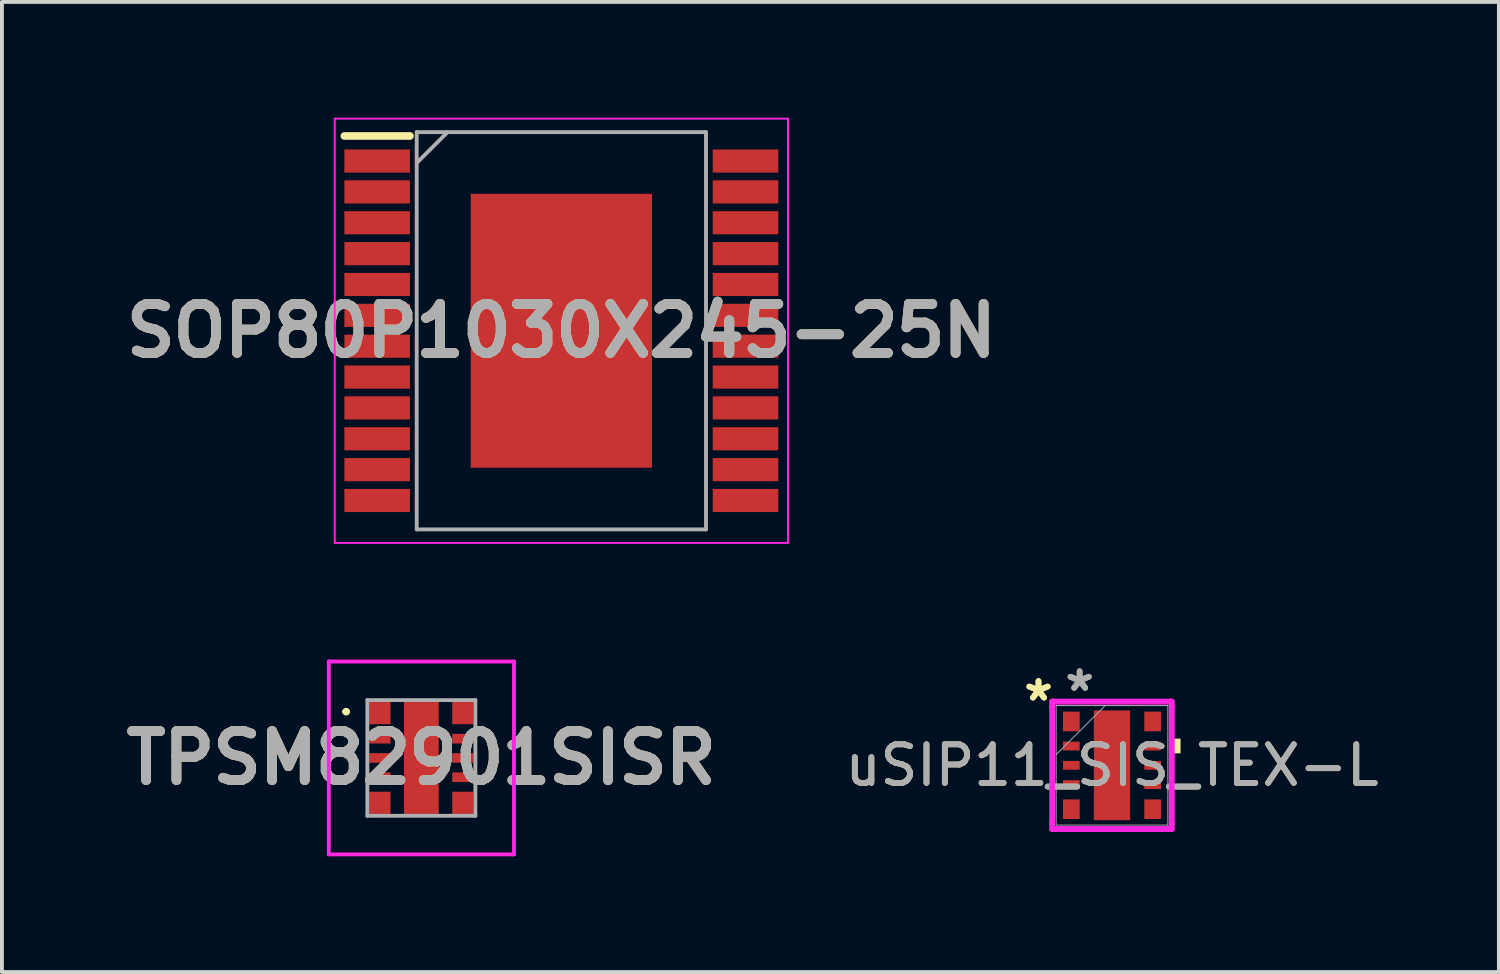
<source format=kicad_pcb>
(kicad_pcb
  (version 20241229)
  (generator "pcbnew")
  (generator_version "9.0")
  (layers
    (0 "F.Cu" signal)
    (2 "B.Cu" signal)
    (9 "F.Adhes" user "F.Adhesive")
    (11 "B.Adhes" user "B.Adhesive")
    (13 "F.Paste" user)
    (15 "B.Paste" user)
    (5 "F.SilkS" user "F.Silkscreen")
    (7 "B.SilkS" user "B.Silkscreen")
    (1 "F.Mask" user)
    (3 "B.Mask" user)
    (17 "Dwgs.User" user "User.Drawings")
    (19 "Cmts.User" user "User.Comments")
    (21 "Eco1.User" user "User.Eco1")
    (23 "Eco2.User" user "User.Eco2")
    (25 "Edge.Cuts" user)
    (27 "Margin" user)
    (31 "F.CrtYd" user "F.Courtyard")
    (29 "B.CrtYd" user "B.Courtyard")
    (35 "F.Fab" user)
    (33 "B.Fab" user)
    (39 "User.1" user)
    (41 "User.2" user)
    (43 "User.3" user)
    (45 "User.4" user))
  (footprint "uSIP11_SIS_TEX-L"
    (layer "F.Cu")
    (at 25.778 16.791)
    (property "Reference" "uSIP11_SIS_TEX-L" (at 0 0 0) (unlocked yes) (layer "F.SilkS") (effects (font (size 1 1) (thickness 0.15))))
    (attr smd)
    (fp_poly (pts (xy 1.778 -0.691) (xy 1.778 -0.31) (xy 1.524 -0.31) (xy 1.524 -0.691)) (stroke (width 0) (type solid)) (fill yes) (layer "F.SilkS"))
    (fp_poly (pts (xy -0.37 -1.322) (xy -0.37 -0.1) (xy 0.37 -0.1) (xy 0.37 -1.322)) (stroke (width 0) (type solid)) (fill yes) (layer "F.Paste"))
    (fp_poly (pts (xy -0.37 0.1) (xy -0.37 1.322) (xy 0.37 1.322) (xy 0.37 0.1)) (stroke (width 0) (type solid)) (fill yes) (layer "F.Paste"))
    (fp_line (start -1.549 -1.651) (end -1.518 -1.651) (stroke (width 0.152) (type solid)) (layer "F.CrtYd"))
    (fp_line (start -1.549 -1.518) (end -1.549 -1.651) (stroke (width 0.152) (type solid)) (layer "F.CrtYd"))
    (fp_line (start -1.549 -1.518) (end -1.549 -1.518) (stroke (width 0.152) (type solid)) (layer "F.CrtYd"))
    (fp_line (start -1.549 1.518) (end -1.549 -1.518) (stroke (width 0.152) (type solid)) (layer "F.CrtYd"))
    (fp_line (start -1.549 1.518) (end -1.549 1.518) (stroke (width 0.152) (type solid)) (layer "F.CrtYd"))
    (fp_line (start -1.549 1.651) (end -1.549 1.518) (stroke (width 0.152) (type solid)) (layer "F.CrtYd"))
    (fp_line (start -1.518 -1.651) (end -1.518 -1.651) (stroke (width 0.152) (type solid)) (layer "F.CrtYd"))
    (fp_line (start -1.518 -1.651) (end 1.518 -1.651) (stroke (width 0.152) (type solid)) (layer "F.CrtYd"))
    (fp_line (start -1.518 1.651) (end -1.549 1.651) (stroke (width 0.152) (type solid)) (layer "F.CrtYd"))
    (fp_line (start -1.518 1.651) (end -1.518 1.651) (stroke (width 0.152) (type solid)) (layer "F.CrtYd"))
    (fp_line (start 1.518 -1.651) (end 1.518 -1.651) (stroke (width 0.152) (type solid)) (layer "F.CrtYd"))
    (fp_line (start 1.518 -1.651) (end 1.549 -1.651) (stroke (width 0.152) (type solid)) (layer "F.CrtYd"))
    (fp_line (start 1.518 1.651) (end -1.518 1.651) (stroke (width 0.152) (type solid)) (layer "F.CrtYd"))
    (fp_line (start 1.518 1.651) (end 1.518 1.651) (stroke (width 0.152) (type solid)) (layer "F.CrtYd"))
    (fp_line (start 1.549 -1.651) (end 1.549 -1.518) (stroke (width 0.152) (type solid)) (layer "F.CrtYd"))
    (fp_line (start 1.549 -1.518) (end 1.549 -1.518) (stroke (width 0.152) (type solid)) (layer "F.CrtYd"))
    (fp_line (start 1.549 -1.518) (end 1.549 1.518) (stroke (width 0.152) (type solid)) (layer "F.CrtYd"))
    (fp_line (start 1.549 1.518) (end 1.549 1.518) (stroke (width 0.152) (type solid)) (layer "F.CrtYd"))
    (fp_line (start 1.549 1.518) (end 1.549 1.651) (stroke (width 0.152) (type solid)) (layer "F.CrtYd"))
    (fp_line (start 1.549 1.651) (end 1.518 1.651) (stroke (width 0.152) (type solid)) (layer "F.CrtYd"))
    (fp_line (start -1.448 -1.549) (end -1.448 1.549) (stroke (width 0.025) (type solid)) (layer "F.Fab"))
    (fp_line (start -1.448 -0.279) (end -0.178 -1.549) (stroke (width 0.025) (type solid)) (layer "F.Fab"))
    (fp_line (start -1.448 1.549) (end 1.448 1.549) (stroke (width 0.025) (type solid)) (layer "F.Fab"))
    (fp_line (start 1.448 -1.549) (end -1.448 -1.549) (stroke (width 0.025) (type solid)) (layer "F.Fab"))
    (fp_line (start 1.448 1.549) (end 1.448 -1.549) (stroke (width 0.025) (type solid)) (layer "F.Fab"))
    (fp_text user "*" (at -1.905 -1.639 0) (layer "F.SilkS") (effects (font (size 1 1) (thickness 0.15))))
    (fp_text user "*" (at -1.905 -1.639 0) (unlocked yes) (layer "F.SilkS") (effects (font (size 1 1) (thickness 0.15))))
    (fp_text user "${REFERENCE}" (at 0 0 0) (unlocked yes) (layer "F.Fab") (effects (font (size 1 1) (thickness 0.15))))
    (fp_text user "*" (at -0.838 -1.893 0) (layer "F.Fab") (effects (font (size 1 1) (thickness 0.15))))
    (fp_text user "*" (at -0.838 -1.893 0) (unlocked yes) (layer "F.Fab") (effects (font (size 1 1) (thickness 0.15))))
    (pad "1" smd rect (at -1.054 -1.138 90) (size 0.508 0.432) (layers "F.Cu" "F.Mask" "F.Paste"))
    (pad "2" smd rect (at -1.054 -0.5 90) (size 0.229 0.432) (layers "F.Cu" "F.Mask" "F.Paste"))
    (pad "3" smd rect (at -1.054 0 90) (size 0.229 0.432) (layers "F.Cu" "F.Mask" "F.Paste"))
    (pad "4" smd rect (at -1.054 0.5 90) (size 0.229 0.432) (layers "F.Cu" "F.Mask" "F.Paste"))
    (pad "5" smd rect (at -1.054 1.138 90) (size 0.508 0.432) (layers "F.Cu" "F.Mask" "F.Paste"))
    (pad "6" smd rect (at 1.054 1.138 90) (size 0.508 0.432) (layers "F.Cu" "F.Mask" "F.Paste"))
    (pad "7" smd rect (at 1.054 0.5 90) (size 0.229 0.432) (layers "F.Cu" "F.Mask" "F.Paste"))
    (pad "8" smd rect (at 1.054 0 90) (size 0.229 0.432) (layers "F.Cu" "F.Mask" "F.Paste"))
    (pad "9" smd rect (at 1.054 -0.5 90) (size 0.229 0.432) (layers "F.Cu" "F.Mask" "F.Paste"))
    (pad "10" smd rect (at 1.054 -1.138 90) (size 0.508 0.432) (layers "F.Cu" "F.Mask" "F.Paste"))
    (pad "11" smd rect (at 0 0) (size 0.94 2.845) (layers "F.Cu" "F.Mask")))
  (footprint "TPSM82901SISR"
    (layer "F.Cu")
    (at 7.874 16.6)
    (property "Reference" "TPSM82901SISR" (at 0 0 0) (layer "F.SilkS") (effects (font (size 1.27 1.27) (thickness 0.254))))
    (attr smd)
    (fp_line (start -2 -1.2) (end -2 -1.2) (stroke (width 0.1) (type solid)) (layer "F.SilkS"))
    (fp_line (start -1.9 -1.2) (end -1.9 -1.2) (stroke (width 0.1) (type solid)) (layer "F.SilkS"))
    (fp_arc (start -2 -1.2) (mid -1.95 -1.25) (end -1.9 -1.2) (stroke (width 0.1) (type solid)) (layer "F.SilkS"))
    (fp_arc (start -1.9 -1.2) (mid -1.95 -1.15) (end -2 -1.2) (stroke (width 0.1) (type solid)) (layer "F.SilkS"))
    (fp_line (start -2.4 -2.5) (end 2.4 -2.5) (stroke (width 0.1) (type solid)) (layer "F.CrtYd"))
    (fp_line (start -2.4 2.5) (end -2.4 -2.5) (stroke (width 0.1) (type solid)) (layer "F.CrtYd"))
    (fp_line (start 2.4 -2.5) (end 2.4 2.5) (stroke (width 0.1) (type solid)) (layer "F.CrtYd"))
    (fp_line (start 2.4 2.5) (end -2.4 2.5) (stroke (width 0.1) (type solid)) (layer "F.CrtYd"))
    (fp_line (start -1.4 -1.5) (end -1.4 1.5) (stroke (width 0.1) (type solid)) (layer "F.Fab"))
    (fp_line (start -1.4 1.5) (end 1.4 1.5) (stroke (width 0.1) (type solid)) (layer "F.Fab"))
    (fp_line (start 1.4 -1.5) (end -1.4 -1.5) (stroke (width 0.1) (type solid)) (layer "F.Fab"))
    (fp_line (start 1.4 1.5) (end 1.4 -1.5) (stroke (width 0.1) (type solid)) (layer "F.Fab"))
    (fp_text user "${REFERENCE}" (at 0 0 0) (layer "F.Fab") (effects (font (size 1.27 1.27) (thickness 0.254))))
    (pad "1" smd rect (at -1.075 -1.163) (size 0.55 0.575) (layers "F.Cu" "F.Mask" "F.Paste"))
    (pad "2" smd rect (at -1.075 -0.5 90) (size 0.25 0.55) (layers "F.Cu" "F.Mask" "F.Paste"))
    (pad "3" smd rect (at -1.075 0 90) (size 0.25 0.55) (layers "F.Cu" "F.Mask" "F.Paste"))
    (pad "4" smd rect (at -1.075 0.5 90) (size 0.25 0.55) (layers "F.Cu" "F.Mask" "F.Paste"))
    (pad "5" smd rect (at -1.075 1.163) (size 0.55 0.575) (layers "F.Cu" "F.Mask" "F.Paste"))
    (pad "6" smd rect (at 1.075 1.163) (size 0.55 0.575) (layers "F.Cu" "F.Mask" "F.Paste"))
    (pad "7" smd rect (at 1.075 0.5 90) (size 0.25 0.55) (layers "F.Cu" "F.Mask" "F.Paste"))
    (pad "8" smd rect (at 1.075 0 90) (size 0.25 0.55) (layers "F.Cu" "F.Mask" "F.Paste"))
    (pad "9" smd rect (at 1.075 -0.5 90) (size 0.25 0.55) (layers "F.Cu" "F.Mask" "F.Paste"))
    (pad "10" smd rect (at 1.075 -1.163) (size 0.55 0.575) (layers "F.Cu" "F.Mask" "F.Paste"))
    (pad "11" smd rect (at 0 0) (size 0.9 2.9) (layers "F.Cu" "F.Mask" "F.Paste")))
  (footprint "SOP80P1030X245-25N"
    (layer "F.Cu")
    (at 11.503 5.525)
    (property "Reference" "SOP80P1030X245-25N" (at 0 0 0) (layer "F.SilkS") (effects (font (size 1.27 1.27) (thickness 0.254))))
    (attr smd)
    (fp_line (start -5.625 -5.05) (end -3.925 -5.05) (stroke (width 0.2) (type solid)) (layer "F.SilkS"))
    (fp_line (start -5.875 -5.5) (end 5.875 -5.5) (stroke (width 0.05) (type solid)) (layer "F.CrtYd"))
    (fp_line (start -5.875 5.5) (end -5.875 -5.5) (stroke (width 0.05) (type solid)) (layer "F.CrtYd"))
    (fp_line (start 5.875 -5.5) (end 5.875 5.5) (stroke (width 0.05) (type solid)) (layer "F.CrtYd"))
    (fp_line (start 5.875 5.5) (end -5.875 5.5) (stroke (width 0.05) (type solid)) (layer "F.CrtYd"))
    (fp_line (start -3.75 -5.15) (end 3.75 -5.15) (stroke (width 0.1) (type solid)) (layer "F.Fab"))
    (fp_line (start -3.75 -4.35) (end -2.95 -5.15) (stroke (width 0.1) (type solid)) (layer "F.Fab"))
    (fp_line (start -3.75 5.15) (end -3.75 -5.15) (stroke (width 0.1) (type solid)) (layer "F.Fab"))
    (fp_line (start 3.75 -5.15) (end 3.75 5.15) (stroke (width 0.1) (type solid)) (layer "F.Fab"))
    (fp_line (start 3.75 5.15) (end -3.75 5.15) (stroke (width 0.1) (type solid)) (layer "F.Fab"))
    (fp_text user "${REFERENCE}" (at 0 0 0) (layer "F.Fab") (effects (font (size 1.27 1.27) (thickness 0.254))))
    (pad "1" smd rect (at -4.775 -4.4 90) (size 0.6 1.7) (layers "F.Cu" "F.Mask" "F.Paste"))
    (pad "2" smd rect (at -4.775 -3.6 90) (size 0.6 1.7) (layers "F.Cu" "F.Mask" "F.Paste"))
    (pad "3" smd rect (at -4.775 -2.8 90) (size 0.6 1.7) (layers "F.Cu" "F.Mask" "F.Paste"))
    (pad "4" smd rect (at -4.775 -2 90) (size 0.6 1.7) (layers "F.Cu" "F.Mask" "F.Paste"))
    (pad "5" smd rect (at -4.775 -1.2 90) (size 0.6 1.7) (layers "F.Cu" "F.Mask" "F.Paste"))
    (pad "6" smd rect (at -4.775 -0.4 90) (size 0.6 1.7) (layers "F.Cu" "F.Mask" "F.Paste"))
    (pad "7" smd rect (at -4.775 0.4 90) (size 0.6 1.7) (layers "F.Cu" "F.Mask" "F.Paste"))
    (pad "8" smd rect (at -4.775 1.2 90) (size 0.6 1.7) (layers "F.Cu" "F.Mask" "F.Paste"))
    (pad "9" smd rect (at -4.775 2 90) (size 0.6 1.7) (layers "F.Cu" "F.Mask" "F.Paste"))
    (pad "10" smd rect (at -4.775 2.8 90) (size 0.6 1.7) (layers "F.Cu" "F.Mask" "F.Paste"))
    (pad "11" smd rect (at -4.775 3.6 90) (size 0.6 1.7) (layers "F.Cu" "F.Mask" "F.Paste"))
    (pad "12" smd rect (at -4.775 4.4 90) (size 0.6 1.7) (layers "F.Cu" "F.Mask" "F.Paste"))
    (pad "13" smd rect (at 4.775 4.4 90) (size 0.6 1.7) (layers "F.Cu" "F.Mask" "F.Paste"))
    (pad "14" smd rect (at 4.775 3.6 90) (size 0.6 1.7) (layers "F.Cu" "F.Mask" "F.Paste"))
    (pad "15" smd rect (at 4.775 2.8 90) (size 0.6 1.7) (layers "F.Cu" "F.Mask" "F.Paste"))
    (pad "16" smd rect (at 4.775 2 90) (size 0.6 1.7) (layers "F.Cu" "F.Mask" "F.Paste"))
    (pad "17" smd rect (at 4.775 1.2 90) (size 0.6 1.7) (layers "F.Cu" "F.Mask" "F.Paste"))
    (pad "18" smd rect (at 4.775 0.4 90) (size 0.6 1.7) (layers "F.Cu" "F.Mask" "F.Paste"))
    (pad "19" smd rect (at 4.775 -0.4 90) (size 0.6 1.7) (layers "F.Cu" "F.Mask" "F.Paste"))
    (pad "20" smd rect (at 4.775 -1.2 90) (size 0.6 1.7) (layers "F.Cu" "F.Mask" "F.Paste"))
    (pad "21" smd rect (at 4.775 -2 90) (size 0.6 1.7) (layers "F.Cu" "F.Mask" "F.Paste"))
    (pad "22" smd rect (at 4.775 -2.8 90) (size 0.6 1.7) (layers "F.Cu" "F.Mask" "F.Paste"))
    (pad "23" smd rect (at 4.775 -3.6 90) (size 0.6 1.7) (layers "F.Cu" "F.Mask" "F.Paste"))
    (pad "24" smd rect (at 4.775 -4.4 90) (size 0.6 1.7) (layers "F.Cu" "F.Mask" "F.Paste"))
    (pad "25" smd rect (at 0 0) (size 4.7 7.1) (layers "F.Cu" "F.Mask" "F.Paste")))
  (gr_rect
    (start -3 -3)
    (end 35.808 22.15)
    (stroke (width 0.1) (type default))
    (fill no)
    (layer "Edge.Cuts")))
</source>
